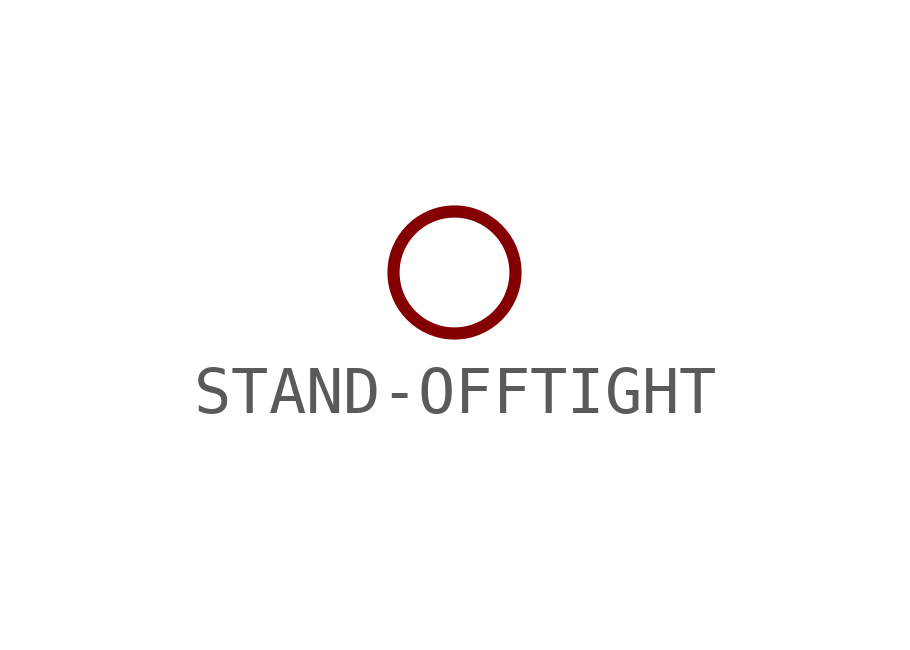
<source format=kicad_sym>
(kicad_symbol_lib
  (version 20211014)
  (generator kicad_symbol_editor)
  (symbol "STAND-OFFTIGHT"
    (property "Reference" "H"
      (at 0 0 0)
      (effects (font (size 1.27 1.27)) hide))
    (property "ki_locked" ""
      (at 0 0 0)
      (effects (font (size 1.27 1.27))))
    (symbol "STAND-OFFTIGHT_1_0"
      (circle (center 0 0) (radius 1.27) (stroke (width 0.254) (type default) (color 0 0 0 0)) (fill (type none))))))
</source>
